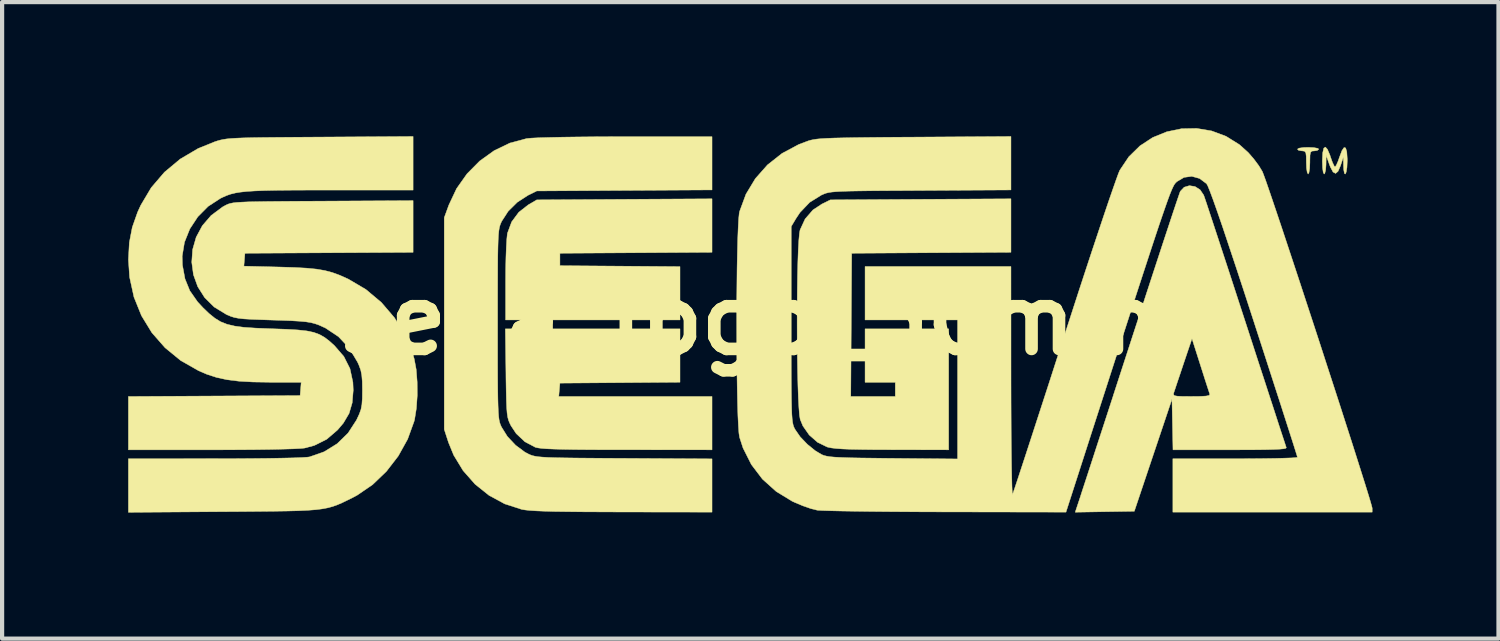
<source format=kicad_pcb>
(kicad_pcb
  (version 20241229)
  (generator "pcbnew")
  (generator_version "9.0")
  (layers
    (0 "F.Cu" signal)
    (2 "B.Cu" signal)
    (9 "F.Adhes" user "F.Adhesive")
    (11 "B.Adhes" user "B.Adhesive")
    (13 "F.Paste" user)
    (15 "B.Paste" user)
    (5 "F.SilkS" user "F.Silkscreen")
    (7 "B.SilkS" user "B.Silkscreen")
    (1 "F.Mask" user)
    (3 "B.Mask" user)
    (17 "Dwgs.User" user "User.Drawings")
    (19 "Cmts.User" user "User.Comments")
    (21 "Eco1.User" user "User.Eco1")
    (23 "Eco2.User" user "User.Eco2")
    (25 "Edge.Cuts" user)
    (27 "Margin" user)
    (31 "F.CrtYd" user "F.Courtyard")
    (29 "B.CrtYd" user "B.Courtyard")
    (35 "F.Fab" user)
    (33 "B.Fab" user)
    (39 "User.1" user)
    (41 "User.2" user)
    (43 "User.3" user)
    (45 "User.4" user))
  (footprint "sega_logo_30mm"
    (layer "F.Cu")
    (at 14.779 4.562)
    (property "Reference" "sega_logo_30mm" (at 0 0 0) (layer "F.SilkS") (effects (font (size 1.524 1.524) (thickness 0.3))))
    (attr through_hole)
    (fp_poly (pts (xy -0.889 -1.61) (xy -4.508 -1.587) (xy -4.508 -1.291) (xy -3.08 -1.28) (xy -1.651 -1.269) (xy -1.651 0) (xy -5.8 0) (xy -5.8 -0.929) (xy -5.798 -1.216) (xy -5.792 -1.487) (xy -5.783 -1.726) (xy -5.772 -1.918) (xy -5.759 -2.046) (xy -5.754 -2.07) (xy -5.656 -2.334) (xy -5.486 -2.563) (xy -5.262 -2.738) (xy -5.059 -2.857) (xy -2.974 -2.87) (xy -0.889 -2.882) (xy -0.889 -1.61)) (stroke (width 0.01) (type solid)) (fill yes) (layer "F.SilkS"))
    (fp_poly (pts (xy 13.428 -4.1) (xy 13.52 -4.083) (xy 13.547 -4.064) (xy 13.51 -4.032) (xy 13.441 -4.022) (xy 13.384 -4.017) (xy 13.352 -3.99) (xy 13.338 -3.921) (xy 13.335 -3.791) (xy 13.335 -3.747) (xy 13.329 -3.603) (xy 13.313 -3.504) (xy 13.293 -3.471) (xy 13.271 -3.51) (xy 13.255 -3.613) (xy 13.25 -3.747) (xy 13.248 -3.894) (xy 13.238 -3.977) (xy 13.212 -4.013) (xy 13.162 -4.022) (xy 13.145 -4.022) (xy 13.065 -4.036) (xy 13.039 -4.064) (xy 13.077 -4.087) (xy 13.178 -4.102) (xy 13.293 -4.106) (xy 13.428 -4.1)) (stroke (width 0.01) (type solid)) (fill yes) (layer "F.SilkS"))
    (fp_poly (pts (xy -1.651 1.481) (xy -3.08 1.492) (xy -4.508 1.503) (xy -4.522 1.662) (xy -4.535 1.82) (xy -0.889 1.82) (xy -0.889 3.09) (xy -2.91 3.088) (xy -3.401 3.088) (xy -3.814 3.086) (xy -4.155 3.083) (xy -4.433 3.078) (xy -4.653 3.072) (xy -4.822 3.065) (xy -4.947 3.055) (xy -5.035 3.043) (xy -5.093 3.029) (xy -5.096 3.028) (xy -5.341 2.898) (xy -5.548 2.703) (xy -5.672 2.516) (xy -5.705 2.449) (xy -5.731 2.385) (xy -5.75 2.312) (xy -5.764 2.218) (xy -5.774 2.091) (xy -5.781 1.92) (xy -5.786 1.692) (xy -5.791 1.396) (xy -5.792 1.261) (xy -5.806 0.212) (xy -1.651 0.212) (xy -1.651 1.481)) (stroke (width 0.01) (type solid)) (fill yes) (layer "F.SilkS"))
    (fp_poly (pts (xy 13.753 -4.059) (xy 13.812 -3.921) (xy 13.827 -3.873) (xy 13.872 -3.748) (xy 13.912 -3.664) (xy 13.933 -3.641) (xy 13.962 -3.678) (xy 14.004 -3.773) (xy 14.039 -3.873) (xy 14.098 -4.03) (xy 14.148 -4.102) (xy 14.186 -4.092) (xy 14.213 -4) (xy 14.224 -3.828) (xy 14.224 -3.789) (xy 14.217 -3.629) (xy 14.2 -3.521) (xy 14.178 -3.471) (xy 14.157 -3.486) (xy 14.14 -3.574) (xy 14.135 -3.672) (xy 14.131 -3.873) (xy 14.064 -3.671) (xy 14.005 -3.536) (xy 13.947 -3.486) (xy 13.886 -3.519) (xy 13.823 -3.637) (xy 13.797 -3.704) (xy 13.723 -3.916) (xy 13.719 -3.694) (xy 13.71 -3.569) (xy 13.69 -3.489) (xy 13.674 -3.471) (xy 13.652 -3.511) (xy 13.637 -3.617) (xy 13.631 -3.774) (xy 13.631 -3.789) (xy 13.64 -3.977) (xy 13.665 -4.086) (xy 13.704 -4.113) (xy 13.753 -4.059)) (stroke (width 0.01) (type solid)) (fill yes) (layer "F.SilkS"))
    (fp_poly (pts (xy 6.223 -1.61) (xy 4.329 -1.599) (xy 2.434 -1.587) (xy 2.423 0.116) (xy 2.412 1.82) (xy 3.471 1.82) (xy 3.471 1.482) (xy 2.752 1.482) (xy 2.752 0.212) (xy 4.741 0.212) (xy 4.741 3.09) (xy 3.397 3.087) (xy 2.997 3.086) (xy 2.673 3.082) (xy 2.414 3.077) (xy 2.214 3.069) (xy 2.061 3.058) (xy 1.948 3.044) (xy 1.864 3.026) (xy 1.849 3.022) (xy 1.623 2.912) (xy 1.424 2.738) (xy 1.273 2.522) (xy 1.209 2.367) (xy 1.192 2.266) (xy 1.178 2.09) (xy 1.165 1.852) (xy 1.155 1.561) (xy 1.147 1.228) (xy 1.141 0.864) (xy 1.137 0.479) (xy 1.136 0.084) (xy 1.137 -0.31) (xy 1.14 -0.692) (xy 1.145 -1.052) (xy 1.153 -1.38) (xy 1.163 -1.664) (xy 1.176 -1.894) (xy 1.191 -2.059) (xy 1.205 -2.141) (xy 1.326 -2.403) (xy 1.512 -2.617) (xy 1.725 -2.758) (xy 1.926 -2.857) (xy 4.075 -2.87) (xy 6.223 -2.882) (xy 6.223 -1.61)) (stroke (width 0.01) (type solid)) (fill yes) (layer "F.SilkS"))
    (fp_poly (pts (xy -0.889 -3.094) (xy -2.974 -3.082) (xy -5.059 -3.069) (xy -5.269 -2.965) (xy -5.522 -2.801) (xy -5.738 -2.587) (xy -5.894 -2.346) (xy -5.899 -2.335) (xy -5.919 -2.29) (xy -5.936 -2.243) (xy -5.95 -2.188) (xy -5.961 -2.117) (xy -5.97 -2.023) (xy -5.977 -1.898) (xy -5.982 -1.735) (xy -5.986 -1.527) (xy -5.988 -1.266) (xy -5.989 -0.945) (xy -5.99 -0.558) (xy -5.99 -0.095) (xy -5.99 0.106) (xy -5.99 0.599) (xy -5.99 1.015) (xy -5.989 1.361) (xy -5.987 1.644) (xy -5.984 1.871) (xy -5.979 2.051) (xy -5.973 2.19) (xy -5.965 2.295) (xy -5.955 2.374) (xy -5.942 2.435) (xy -5.926 2.484) (xy -5.907 2.528) (xy -5.899 2.546) (xy -5.759 2.771) (xy -5.563 2.98) (xy -5.341 3.145) (xy -5.256 3.19) (xy -5.209 3.211) (xy -5.16 3.228) (xy -5.101 3.242) (xy -5.025 3.254) (xy -4.924 3.263) (xy -4.791 3.271) (xy -4.617 3.277) (xy -4.396 3.281) (xy -4.119 3.285) (xy -3.779 3.288) (xy -3.369 3.291) (xy -2.974 3.293) (xy -0.889 3.305) (xy -0.889 4.572) (xy -3.016 4.569) (xy -3.531 4.567) (xy -3.968 4.565) (xy -4.334 4.561) (xy -4.636 4.557) (xy -4.88 4.55) (xy -5.074 4.542) (xy -5.224 4.532) (xy -5.338 4.52) (xy -5.419 4.506) (xy -5.821 4.376) (xy -6.194 4.174) (xy -6.527 3.907) (xy -6.811 3.585) (xy -7.035 3.217) (xy -7.159 2.914) (xy -7.26 2.603) (xy -7.26 -2.434) (xy -7.15 -2.735) (xy -6.966 -3.126) (xy -6.718 -3.477) (xy -6.417 -3.781) (xy -6.073 -4.028) (xy -5.698 -4.209) (xy -5.301 -4.315) (xy -5.292 -4.316) (xy -5.188 -4.326) (xy -5.007 -4.335) (xy -4.758 -4.342) (xy -4.449 -4.349) (xy -4.088 -4.354) (xy -3.683 -4.358) (xy -3.242 -4.36) (xy -2.953 -4.36) (xy -0.889 -4.36) (xy -0.889 -3.094)) (stroke (width 0.01) (type solid)) (fill yes) (layer "F.SilkS"))
    (fp_poly (pts (xy 10.602 -3.174) (xy 10.722 -3.098) (xy 10.807 -2.972) (xy 10.808 -2.971) (xy 10.831 -2.906) (xy 10.878 -2.767) (xy 10.946 -2.561) (xy 11.034 -2.294) (xy 11.139 -1.975) (xy 11.259 -1.609) (xy 11.392 -1.204) (xy 11.535 -0.765) (xy 11.686 -0.301) (xy 11.812 0.085) (xy 11.967 0.562) (xy 12.114 1.015) (xy 12.253 1.44) (xy 12.379 1.828) (xy 12.492 2.174) (xy 12.588 2.471) (xy 12.667 2.712) (xy 12.726 2.891) (xy 12.762 3.002) (xy 12.774 3.037) (xy 12.763 3.053) (xy 12.712 3.065) (xy 12.615 3.074) (xy 12.465 3.081) (xy 12.253 3.086) (xy 11.975 3.089) (xy 11.622 3.09) (xy 11.436 3.09) (xy 10.078 3.09) (xy 10.066 2.487) (xy 10.054 1.884) (xy 9.606 3.217) (xy 9.158 4.551) (xy 8.455 4.562) (xy 7.752 4.574) (xy 7.875 4.203) (xy 7.906 4.105) (xy 7.962 3.934) (xy 8.04 3.696) (xy 8.137 3.398) (xy 8.251 3.046) (xy 8.381 2.648) (xy 8.524 2.209) (xy 8.664 1.779) (xy 10.09 1.779) (xy 10.114 1.801) (xy 10.179 1.813) (xy 10.3 1.819) (xy 10.489 1.82) (xy 10.522 1.82) (xy 10.731 1.818) (xy 10.866 1.81) (xy 10.937 1.795) (xy 10.955 1.771) (xy 10.954 1.767) (xy 10.935 1.71) (xy 10.895 1.588) (xy 10.839 1.415) (xy 10.773 1.207) (xy 10.732 1.079) (xy 10.53 0.445) (xy 10.323 1.058) (xy 10.25 1.277) (xy 10.184 1.472) (xy 10.133 1.626) (xy 10.1 1.724) (xy 10.093 1.746) (xy 10.09 1.779) (xy 8.664 1.779) (xy 8.677 1.737) (xy 8.839 1.238) (xy 9.008 0.719) (xy 9.104 0.423) (xy 9.273 -0.095) (xy 9.434 -0.591) (xy 9.587 -1.059) (xy 9.729 -1.492) (xy 9.858 -1.886) (xy 9.973 -2.233) (xy 10.07 -2.527) (xy 10.149 -2.763) (xy 10.207 -2.934) (xy 10.242 -3.035) (xy 10.252 -3.061) (xy 10.344 -3.158) (xy 10.468 -3.195) (xy 10.602 -3.174)) (stroke (width 0.01) (type solid)) (fill yes) (layer "F.SilkS"))
    (fp_poly (pts (xy -8.001 -3.09) (xy -9.967 -3.09) (xy -10.463 -3.09) (xy -10.882 -3.088) (xy -11.233 -3.085) (xy -11.523 -3.079) (xy -11.76 -3.07) (xy -11.953 -3.058) (xy -12.109 -3.041) (xy -12.237 -3.02) (xy -12.344 -2.993) (xy -12.439 -2.96) (xy -12.529 -2.92) (xy -12.585 -2.893) (xy -12.878 -2.702) (xy -13.123 -2.455) (xy -13.313 -2.166) (xy -13.44 -1.849) (xy -13.495 -1.517) (xy -13.489 -1.307) (xy -13.428 -0.978) (xy -13.313 -0.695) (xy -13.131 -0.434) (xy -13 -0.292) (xy -12.854 -0.152) (xy -12.719 -0.043) (xy -12.583 0.041) (xy -12.431 0.102) (xy -12.251 0.145) (xy -12.028 0.175) (xy -11.749 0.194) (xy -11.402 0.208) (xy -11.345 0.21) (xy -11.007 0.222) (xy -10.74 0.238) (xy -10.53 0.261) (xy -10.363 0.296) (xy -10.226 0.347) (xy -10.105 0.416) (xy -9.986 0.508) (xy -9.871 0.612) (xy -9.648 0.87) (xy -9.503 1.158) (xy -9.433 1.484) (xy -9.425 1.672) (xy -9.45 1.972) (xy -9.524 2.224) (xy -9.659 2.453) (xy -9.797 2.616) (xy -10.055 2.838) (xy -10.351 2.986) (xy -10.583 3.048) (xy -10.675 3.057) (xy -10.844 3.066) (xy -11.081 3.073) (xy -11.379 3.08) (xy -11.728 3.085) (xy -12.12 3.088) (xy -12.548 3.09) (xy -12.79 3.09) (xy -14.774 3.09) (xy -14.774 1.821) (xy -12.732 1.81) (xy -10.689 1.799) (xy -10.676 1.64) (xy -10.663 1.482) (xy -11.408 1.482) (xy -11.809 1.476) (xy -12.143 1.457) (xy -12.426 1.422) (xy -12.675 1.368) (xy -12.906 1.293) (xy -13.102 1.209) (xy -13.531 0.965) (xy -13.903 0.66) (xy -14.216 0.303) (xy -14.463 -0.101) (xy -14.642 -0.544) (xy -14.746 -1.019) (xy -14.774 -1.436) (xy -14.752 -1.841) (xy -14.682 -2.205) (xy -14.556 -2.563) (xy -14.479 -2.731) (xy -14.231 -3.148) (xy -13.916 -3.516) (xy -13.542 -3.828) (xy -13.116 -4.079) (xy -12.721 -4.239) (xy -12.654 -4.261) (xy -12.589 -4.279) (xy -12.519 -4.294) (xy -12.436 -4.307) (xy -12.332 -4.317) (xy -12.201 -4.325) (xy -12.033 -4.332) (xy -11.821 -4.337) (xy -11.558 -4.341) (xy -11.237 -4.344) (xy -10.848 -4.347) (xy -10.385 -4.35) (xy -10.213 -4.351) (xy -8.001 -4.365) (xy -8.001 -3.09)) (stroke (width 0.01) (type solid)) (fill yes) (layer "F.SilkS"))
    (fp_poly (pts (xy -8.001 -1.609) (xy -12.002 -1.587) (xy -12.014 -1.434) (xy -12.027 -1.28) (xy -11.168 -1.259) (xy -10.814 -1.248) (xy -10.529 -1.232) (xy -10.296 -1.209) (xy -10.099 -1.175) (xy -9.922 -1.128) (xy -9.749 -1.065) (xy -9.564 -0.982) (xy -9.542 -0.972) (xy -9.126 -0.727) (xy -8.756 -0.417) (xy -8.441 -0.049) (xy -8.189 0.366) (xy -8.005 0.82) (xy -7.973 0.931) (xy -7.927 1.179) (xy -7.904 1.478) (xy -7.902 1.796) (xy -7.923 2.103) (xy -7.965 2.366) (xy -7.977 2.413) (xy -8.131 2.837) (xy -8.354 3.238) (xy -8.636 3.603) (xy -8.964 3.918) (xy -9.329 4.168) (xy -9.441 4.228) (xy -9.575 4.294) (xy -9.693 4.351) (xy -9.803 4.398) (xy -9.911 4.437) (xy -10.028 4.469) (xy -10.159 4.494) (xy -10.314 4.514) (xy -10.501 4.528) (xy -10.727 4.539) (xy -11.001 4.546) (xy -11.33 4.551) (xy -11.723 4.555) (xy -12.188 4.559) (xy -12.52 4.561) (xy -14.774 4.577) (xy -14.774 3.302) (xy -12.711 3.301) (xy -12.253 3.3) (xy -11.83 3.297) (xy -11.451 3.293) (xy -11.121 3.287) (xy -10.85 3.281) (xy -10.644 3.273) (xy -10.51 3.264) (xy -10.465 3.258) (xy -10.117 3.136) (xy -9.807 2.944) (xy -9.548 2.691) (xy -9.35 2.386) (xy -9.346 2.379) (xy -9.282 2.242) (xy -9.241 2.128) (xy -9.219 2.012) (xy -9.209 1.864) (xy -9.207 1.673) (xy -9.21 1.465) (xy -9.222 1.315) (xy -9.246 1.195) (xy -9.289 1.077) (xy -9.323 1.002) (xy -9.522 0.668) (xy -9.777 0.397) (xy -10.085 0.192) (xy -10.245 0.12) (xy -10.336 0.088) (xy -10.433 0.063) (xy -10.551 0.044) (xy -10.704 0.03) (xy -10.905 0.018) (xy -11.17 0.008) (xy -11.345 0.003) (xy -11.641 -0.007) (xy -11.866 -0.016) (xy -12.034 -0.026) (xy -12.16 -0.041) (xy -12.257 -0.06) (xy -12.339 -0.086) (xy -12.42 -0.12) (xy -12.446 -0.132) (xy -12.734 -0.308) (xy -12.96 -0.532) (xy -13.124 -0.791) (xy -13.227 -1.076) (xy -13.267 -1.374) (xy -13.246 -1.676) (xy -13.162 -1.969) (xy -13.015 -2.243) (xy -12.806 -2.486) (xy -12.534 -2.688) (xy -12.48 -2.718) (xy -12.438 -2.74) (xy -12.396 -2.758) (xy -12.346 -2.773) (xy -12.281 -2.786) (xy -12.193 -2.796) (xy -12.075 -2.803) (xy -11.92 -2.81) (xy -11.72 -2.814) (xy -11.467 -2.818) (xy -11.154 -2.821) (xy -10.775 -2.824) (xy -10.32 -2.826) (xy -10.149 -2.827) (xy -8.001 -2.839) (xy -8.001 -1.609)) (stroke (width 0.01) (type solid)) (fill yes) (layer "F.SilkS"))
    (fp_poly (pts (xy 10.999 -4.497) (xy 11.341 -4.369) (xy 11.659 -4.171) (xy 11.869 -3.982) (xy 11.999 -3.832) (xy 12.119 -3.671) (xy 12.203 -3.533) (xy 12.231 -3.462) (xy 12.283 -3.32) (xy 12.355 -3.112) (xy 12.446 -2.845) (xy 12.554 -2.525) (xy 12.676 -2.161) (xy 12.81 -1.757) (xy 12.954 -1.322) (xy 13.106 -0.862) (xy 13.263 -0.383) (xy 13.424 0.107) (xy 13.586 0.603) (xy 13.746 1.097) (xy 13.904 1.582) (xy 14.056 2.051) (xy 14.2 2.499) (xy 14.335 2.918) (xy 14.457 3.302) (xy 14.565 3.643) (xy 14.657 3.935) (xy 14.73 4.171) (xy 14.782 4.345) (xy 14.811 4.45) (xy 14.817 4.477) (xy 14.817 4.572) (xy 10.075 4.572) (xy 10.075 3.302) (xy 11.557 3.302) (xy 11.902 3.301) (xy 12.218 3.298) (xy 12.496 3.294) (xy 12.727 3.288) (xy 12.901 3.282) (xy 13.007 3.274) (xy 13.039 3.267) (xy 13.026 3.222) (xy 12.989 3.103) (xy 12.93 2.916) (xy 12.85 2.666) (xy 12.752 2.361) (xy 12.638 2.005) (xy 12.509 1.607) (xy 12.368 1.17) (xy 12.217 0.703) (xy 12.057 0.21) (xy 12.003 0.043) (xy 11.781 -0.639) (xy 11.583 -1.241) (xy 11.409 -1.763) (xy 11.261 -2.206) (xy 11.136 -2.569) (xy 11.035 -2.854) (xy 10.958 -3.061) (xy 10.905 -3.191) (xy 10.877 -3.241) (xy 10.71 -3.366) (xy 10.526 -3.417) (xy 10.341 -3.392) (xy 10.172 -3.292) (xy 10.141 -3.262) (xy 10.124 -3.242) (xy 10.105 -3.214) (xy 10.084 -3.175) (xy 10.059 -3.122) (xy 10.028 -3.049) (xy 9.991 -2.955) (xy 9.947 -2.835) (xy 9.894 -2.685) (xy 9.831 -2.503) (xy 9.756 -2.284) (xy 9.669 -2.024) (xy 9.569 -1.721) (xy 9.454 -1.37) (xy 9.322 -0.967) (xy 9.173 -0.51) (xy 9.006 0.006) (xy 8.819 0.583) (xy 8.611 1.227) (xy 8.381 1.94) (xy 8.127 2.726) (xy 7.849 3.589) (xy 7.829 3.651) (xy 7.532 4.572) (xy 4.687 4.567) (xy 4.197 4.566) (xy 3.726 4.563) (xy 3.284 4.56) (xy 2.876 4.556) (xy 2.511 4.551) (xy 2.197 4.546) (xy 1.941 4.54) (xy 1.751 4.534) (xy 1.635 4.528) (xy 1.609 4.525) (xy 1.462 4.488) (xy 1.275 4.423) (xy 1.079 4.341) (xy 1.016 4.312) (xy 0.637 4.08) (xy 0.311 3.787) (xy 0.047 3.44) (xy -0.151 3.047) (xy -0.234 2.792) (xy -0.249 2.693) (xy -0.261 2.519) (xy -0.273 2.279) (xy -0.282 1.984) (xy -0.289 1.643) (xy -0.295 1.265) (xy -0.299 0.86) (xy -0.301 0.439) (xy -0.302 0.009) (xy -0.301 -0.418) (xy -0.297 -0.833) (xy -0.293 -1.227) (xy -0.286 -1.589) (xy -0.278 -1.911) (xy -0.267 -2.183) (xy -0.256 -2.395) (xy -0.242 -2.537) (xy -0.233 -2.582) (xy -0.082 -2.992) (xy 0.142 -3.363) (xy 0.43 -3.689) (xy 0.776 -3.962) (xy 1.174 -4.175) (xy 1.397 -4.259) (xy 1.454 -4.276) (xy 1.521 -4.29) (xy 1.603 -4.303) (xy 1.709 -4.313) (xy 1.845 -4.321) (xy 2.02 -4.328) (xy 2.24 -4.333) (xy 2.512 -4.338) (xy 2.845 -4.342) (xy 3.244 -4.346) (xy 3.718 -4.349) (xy 3.926 -4.35) (xy 6.223 -4.365) (xy 6.223 -3.093) (xy 4.075 -3.081) (xy 3.593 -3.078) (xy 3.189 -3.076) (xy 2.854 -3.073) (xy 2.582 -3.069) (xy 2.364 -3.065) (xy 2.192 -3.059) (xy 2.061 -3.052) (xy 1.961 -3.043) (xy 1.885 -3.031) (xy 1.826 -3.017) (xy 1.777 -2.999) (xy 1.729 -2.978) (xy 1.714 -2.972) (xy 1.434 -2.798) (xy 1.203 -2.556) (xy 1.108 -2.413) (xy 0.995 -2.223) (xy 0.995 0.106) (xy 0.995 0.609) (xy 0.995 1.034) (xy 0.996 1.389) (xy 0.998 1.68) (xy 1.001 1.915) (xy 1.005 2.101) (xy 1.01 2.244) (xy 1.018 2.353) (xy 1.028 2.433) (xy 1.04 2.493) (xy 1.054 2.539) (xy 1.072 2.578) (xy 1.087 2.605) (xy 1.208 2.78) (xy 1.379 2.959) (xy 1.569 3.113) (xy 1.722 3.204) (xy 1.773 3.224) (xy 1.836 3.24) (xy 1.92 3.254) (xy 2.034 3.264) (xy 2.188 3.272) (xy 2.39 3.279) (xy 2.649 3.284) (xy 2.974 3.288) (xy 3.373 3.293) (xy 3.418 3.293) (xy 4.953 3.307) (xy 4.953 0) (xy 2.752 0) (xy 2.752 -1.27) (xy 6.223 -1.27) (xy 6.224 1.471) (xy 6.225 1.942) (xy 6.227 2.386) (xy 6.229 2.795) (xy 6.233 3.163) (xy 6.237 3.483) (xy 6.242 3.748) (xy 6.247 3.952) (xy 6.253 4.087) (xy 6.259 4.147) (xy 6.261 4.149) (xy 6.279 4.1) (xy 6.321 3.976) (xy 6.385 3.784) (xy 6.469 3.528) (xy 6.572 3.214) (xy 6.691 2.849) (xy 6.825 2.437) (xy 6.972 1.985) (xy 7.13 1.499) (xy 7.296 0.984) (xy 7.47 0.446) (xy 7.491 0.381) (xy 7.668 -0.164) (xy 7.839 -0.691) (xy 8.003 -1.192) (xy 8.158 -1.662) (xy 8.302 -2.094) (xy 8.432 -2.483) (xy 8.547 -2.823) (xy 8.645 -3.106) (xy 8.723 -3.328) (xy 8.779 -3.482) (xy 8.812 -3.561) (xy 8.813 -3.563) (xy 9.027 -3.882) (xy 9.292 -4.142) (xy 9.596 -4.341) (xy 9.93 -4.477) (xy 10.282 -4.55) (xy 10.642 -4.557) (xy 10.999 -4.497)) (stroke (width 0.01) (type solid)) (fill yes) (layer "F.SilkS")))
  (gr_rect
    (start -3 -3)
    (end 32.601 12.144)
    (stroke (width 0.1) (type default))
    (fill no)
    (layer "Edge.Cuts")))
</source>
